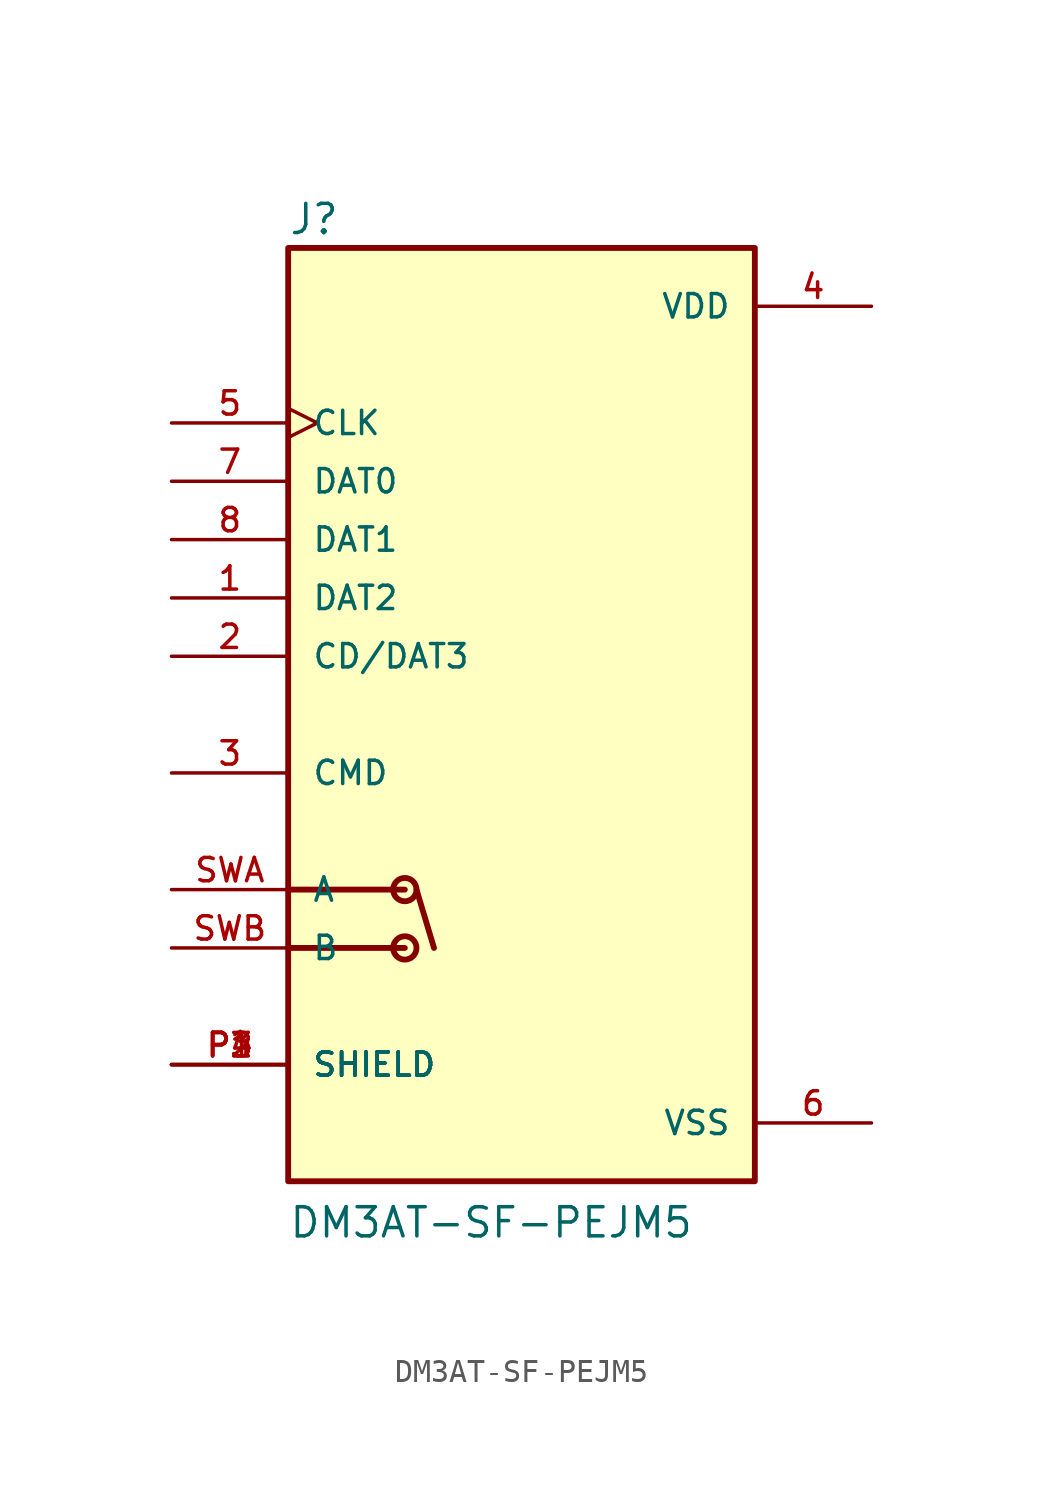
<source format=kicad_sym>
(kicad_symbol_lib
  (version 20211014)
  (generator kicad_symbol_editor)
  (symbol "DM3AT-SF-PEJM5"
    (pin_names
      (offset 1.016))
    (property "Reference" "J"
      (at -10.16 20.828 0)
      (effects (font (size 1.27 1.27)) (justify bottom left)))
    (property "Value" "DM3AT-SF-PEJM5"
      (at -10.16 -22.86 0)
      (effects (font (size 1.27 1.27)) (justify bottom left)))
    (symbol "DM3AT-SF-PEJM5_0_0"
      (polyline (pts (xy -10.16 -7.62) (xy -5.08 -7.62)) (stroke (width 0.254)))
      (polyline (pts (xy -10.16 -10.16) (xy -5.08 -10.16)) (stroke (width 0.254)))
      (circle (center -5.08 -7.62) (radius 0.508) (stroke (width 0.254)) (fill (type none)))
      (circle (center -5.08 -10.16) (radius 0.508) (stroke (width 0.254)) (fill (type none)))
      (polyline (pts (xy -4.572 -7.62) (xy -3.81 -10.16)) (stroke (width 0.254)))
      (rectangle (start -10.16 -20.32) (end 10.16 20.32) (stroke (width 0.254)) (fill (type background)))
      (pin bidirectional line (at -15.24 10.16 0) (length 5.08) (name "DAT0" (effects (font (size 1.016 1.016)))) (number "7" (effects (font (size 1.016 1.016)))))
      (pin bidirectional line (at -15.24 7.62 0) (length 5.08) (name "DAT1" (effects (font (size 1.016 1.016)))) (number "8" (effects (font (size 1.016 1.016)))))
      (pin bidirectional line (at -15.24 5.08 0) (length 5.08) (name "DAT2" (effects (font (size 1.016 1.016)))) (number "1" (effects (font (size 1.016 1.016)))))
      (pin bidirectional line (at -15.24 2.54 0) (length 5.08) (name "CD/DAT3" (effects (font (size 1.016 1.016)))) (number "2" (effects (font (size 1.016 1.016)))))
      (pin bidirectional line (at -15.24 -2.54 0) (length 5.08) (name "CMD" (effects (font (size 1.016 1.016)))) (number "3" (effects (font (size 1.016 1.016)))))
      (pin bidirectional clock (at -15.24 12.7 0) (length 5.08) (name "CLK" (effects (font (size 1.016 1.016)))) (number "5" (effects (font (size 1.016 1.016)))))
      (pin power_in line (at 15.24 17.78 180.0) (length 5.08) (name "VDD" (effects (font (size 1.016 1.016)))) (number "4" (effects (font (size 1.016 1.016)))))
      (pin power_in line (at 15.24 -17.78 180.0) (length 5.08) (name "VSS" (effects (font (size 1.016 1.016)))) (number "6" (effects (font (size 1.016 1.016)))))
      (pin bidirectional line (at -15.24 -7.62 0) (length 5.08) (name "A" (effects (font (size 1.016 1.016)))) (number "SWA" (effects (font (size 1.016 1.016)))))
      (pin bidirectional line (at -15.24 -10.16 0) (length 5.08) (name "B" (effects (font (size 1.016 1.016)))) (number "SWB" (effects (font (size 1.016 1.016)))))
      (pin passive line (at -15.24 -15.24 0) (length 5.08) (name "SHIELD" (effects (font (size 1.016 1.016)))) (number "P1" (effects (font (size 1.016 1.016)))))
      (pin passive line (at -15.24 -15.24 0) (length 5.08) (name "SHIELD" (effects (font (size 1.016 1.016)))) (number "P2" (effects (font (size 1.016 1.016)))))
      (pin passive line (at -15.24 -15.24 0) (length 5.08) (name "SHIELD" (effects (font (size 1.016 1.016)))) (number "P3" (effects (font (size 1.016 1.016)))))
      (pin passive line (at -15.24 -15.24 0) (length 5.08) (name "SHIELD" (effects (font (size 1.016 1.016)))) (number "P4" (effects (font (size 1.016 1.016))))))))
</source>
